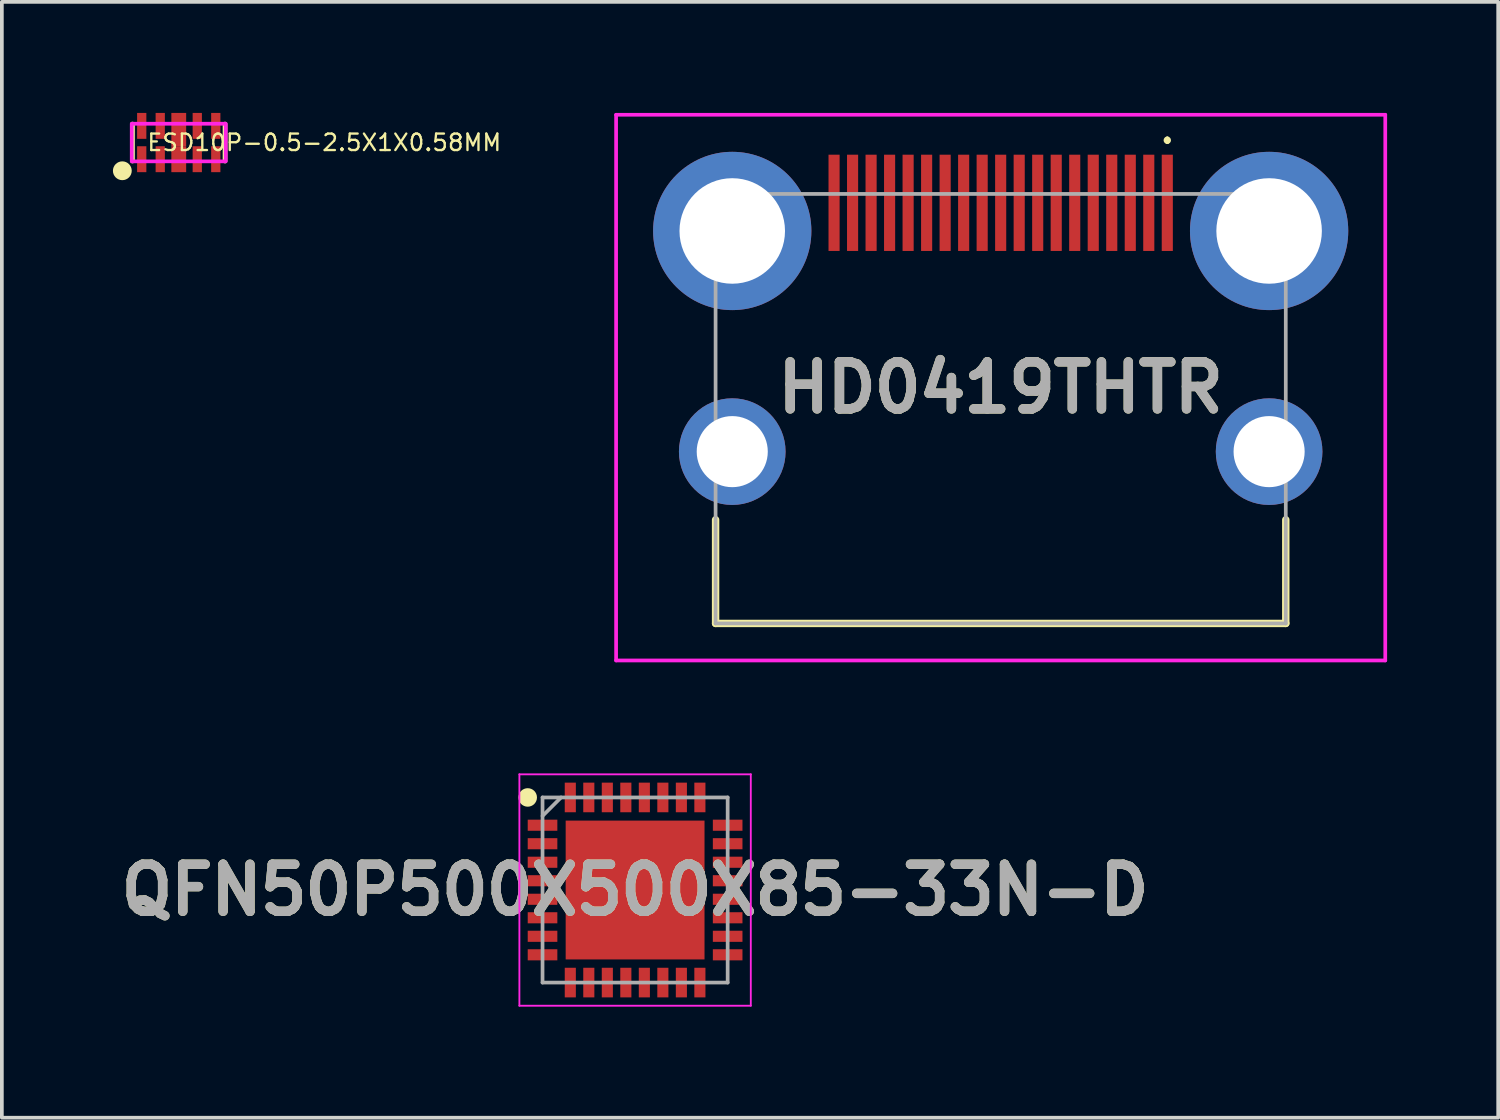
<source format=kicad_pcb>
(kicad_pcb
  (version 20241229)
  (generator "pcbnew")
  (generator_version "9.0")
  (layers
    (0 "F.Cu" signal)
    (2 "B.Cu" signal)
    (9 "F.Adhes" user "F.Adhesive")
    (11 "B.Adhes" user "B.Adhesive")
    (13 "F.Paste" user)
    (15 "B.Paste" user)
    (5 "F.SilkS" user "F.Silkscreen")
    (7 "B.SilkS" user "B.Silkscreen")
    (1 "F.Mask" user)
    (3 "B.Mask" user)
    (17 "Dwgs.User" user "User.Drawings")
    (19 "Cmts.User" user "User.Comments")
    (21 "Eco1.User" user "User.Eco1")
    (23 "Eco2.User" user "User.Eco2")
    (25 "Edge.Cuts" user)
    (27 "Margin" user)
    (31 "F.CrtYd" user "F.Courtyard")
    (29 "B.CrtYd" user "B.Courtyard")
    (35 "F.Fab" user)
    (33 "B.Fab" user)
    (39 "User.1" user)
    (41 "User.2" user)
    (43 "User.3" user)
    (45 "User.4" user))
  (footprint "QFN50P500X500X85-33N-D"
    (layer "F.Cu")
    (at 14.103 20.988)
    (property "Reference" "QFN50P500X500X85-33N-D" (at 0 0 0) (layer "F.SilkS") (effects (font (size 1.27 1.27) (thickness 0.254))))
    (attr smd)
    (fp_circle (center -2.9 -2.5) (end -2.9 -2.375) (stroke (width 0.25) (type solid)) (fill no) (layer "F.SilkS"))
    (fp_line (start -3.125 -3.125) (end 3.125 -3.125) (stroke (width 0.05) (type solid)) (layer "F.CrtYd"))
    (fp_line (start -3.125 3.125) (end -3.125 -3.125) (stroke (width 0.05) (type solid)) (layer "F.CrtYd"))
    (fp_line (start 3.125 -3.125) (end 3.125 3.125) (stroke (width 0.05) (type solid)) (layer "F.CrtYd"))
    (fp_line (start 3.125 3.125) (end -3.125 3.125) (stroke (width 0.05) (type solid)) (layer "F.CrtYd"))
    (fp_line (start -2.5 -2.5) (end 2.5 -2.5) (stroke (width 0.1) (type solid)) (layer "F.Fab"))
    (fp_line (start -2.5 -2) (end -2 -2.5) (stroke (width 0.1) (type solid)) (layer "F.Fab"))
    (fp_line (start -2.5 2.5) (end -2.5 -2.5) (stroke (width 0.1) (type solid)) (layer "F.Fab"))
    (fp_line (start 2.5 -2.5) (end 2.5 2.5) (stroke (width 0.1) (type solid)) (layer "F.Fab"))
    (fp_line (start 2.5 2.5) (end -2.5 2.5) (stroke (width 0.1) (type solid)) (layer "F.Fab"))
    (fp_text user "${REFERENCE}" (at 0 0 0) (layer "F.Fab") (effects (font (size 1.27 1.27) (thickness 0.254))))
    (pad "1" smd rect (at -2.5 -1.75 90) (size 0.3 0.8) (layers "F.Cu" "F.Mask" "F.Paste"))
    (pad "2" smd rect (at -2.5 -1.25 90) (size 0.3 0.8) (layers "F.Cu" "F.Mask" "F.Paste"))
    (pad "3" smd rect (at -2.5 -0.75 90) (size 0.3 0.8) (layers "F.Cu" "F.Mask" "F.Paste"))
    (pad "4" smd rect (at -2.5 -0.25 90) (size 0.3 0.8) (layers "F.Cu" "F.Mask" "F.Paste"))
    (pad "5" smd rect (at -2.5 0.25 90) (size 0.3 0.8) (layers "F.Cu" "F.Mask" "F.Paste"))
    (pad "6" smd rect (at -2.5 0.75 90) (size 0.3 0.8) (layers "F.Cu" "F.Mask" "F.Paste"))
    (pad "7" smd rect (at -2.5 1.25 90) (size 0.3 0.8) (layers "F.Cu" "F.Mask" "F.Paste"))
    (pad "8" smd rect (at -2.5 1.75 90) (size 0.3 0.8) (layers "F.Cu" "F.Mask" "F.Paste"))
    (pad "9" smd rect (at -1.75 2.5) (size 0.3 0.8) (layers "F.Cu" "F.Mask" "F.Paste"))
    (pad "10" smd rect (at -1.25 2.5) (size 0.3 0.8) (layers "F.Cu" "F.Mask" "F.Paste"))
    (pad "11" smd rect (at -0.75 2.5) (size 0.3 0.8) (layers "F.Cu" "F.Mask" "F.Paste"))
    (pad "12" smd rect (at -0.25 2.5) (size 0.3 0.8) (layers "F.Cu" "F.Mask" "F.Paste"))
    (pad "13" smd rect (at 0.25 2.5) (size 0.3 0.8) (layers "F.Cu" "F.Mask" "F.Paste"))
    (pad "14" smd rect (at 0.75 2.5) (size 0.3 0.8) (layers "F.Cu" "F.Mask" "F.Paste"))
    (pad "15" smd rect (at 1.25 2.5) (size 0.3 0.8) (layers "F.Cu" "F.Mask" "F.Paste"))
    (pad "16" smd rect (at 1.75 2.5) (size 0.3 0.8) (layers "F.Cu" "F.Mask" "F.Paste"))
    (pad "17" smd rect (at 2.5 1.75 90) (size 0.3 0.8) (layers "F.Cu" "F.Mask" "F.Paste"))
    (pad "18" smd rect (at 2.5 1.25 90) (size 0.3 0.8) (layers "F.Cu" "F.Mask" "F.Paste"))
    (pad "19" smd rect (at 2.5 0.75 90) (size 0.3 0.8) (layers "F.Cu" "F.Mask" "F.Paste"))
    (pad "20" smd rect (at 2.5 0.25 90) (size 0.3 0.8) (layers "F.Cu" "F.Mask" "F.Paste"))
    (pad "21" smd rect (at 2.5 -0.25 90) (size 0.3 0.8) (layers "F.Cu" "F.Mask" "F.Paste"))
    (pad "22" smd rect (at 2.5 -0.75 90) (size 0.3 0.8) (layers "F.Cu" "F.Mask" "F.Paste"))
    (pad "23" smd rect (at 2.5 -1.25 90) (size 0.3 0.8) (layers "F.Cu" "F.Mask" "F.Paste"))
    (pad "24" smd rect (at 2.5 -1.75 90) (size 0.3 0.8) (layers "F.Cu" "F.Mask" "F.Paste"))
    (pad "25" smd rect (at 1.75 -2.5) (size 0.3 0.8) (layers "F.Cu" "F.Mask" "F.Paste"))
    (pad "26" smd rect (at 1.25 -2.5) (size 0.3 0.8) (layers "F.Cu" "F.Mask" "F.Paste"))
    (pad "27" smd rect (at 0.75 -2.5) (size 0.3 0.8) (layers "F.Cu" "F.Mask" "F.Paste"))
    (pad "28" smd rect (at 0.25 -2.5) (size 0.3 0.8) (layers "F.Cu" "F.Mask" "F.Paste"))
    (pad "29" smd rect (at -0.25 -2.5) (size 0.3 0.8) (layers "F.Cu" "F.Mask" "F.Paste"))
    (pad "30" smd rect (at -0.75 -2.5) (size 0.3 0.8) (layers "F.Cu" "F.Mask" "F.Paste"))
    (pad "31" smd rect (at -1.25 -2.5) (size 0.3 0.8) (layers "F.Cu" "F.Mask" "F.Paste"))
    (pad "32" smd rect (at -1.75 -2.5) (size 0.3 0.8) (layers "F.Cu" "F.Mask" "F.Paste"))
    (pad "33" smd rect (at 0 0) (size 3.75 3.75) (layers "F.Cu" "F.Mask" "F.Paste")))
  (footprint "ESD10P-0.5-2.5X1X0.58MM"
    (layer "F.Cu")
    (at 1.778 0.8)
    (property "Reference" "ESD10P-0.5-2.5X1X0.58MM" (at -0.889 0 0) (layer "F.SilkS") (effects (font (size 0.445 0.445) (thickness 0.063)) (justify left)))
    (fp_line (start -1.25 -0.5) (end -1.25 0.5) (stroke (width 0.127) (type solid)) (layer "F.SilkS"))
    (fp_line (start 1.25 0.5) (end 1.25 -0.5) (stroke (width 0.127) (type solid)) (layer "F.SilkS"))
    (fp_circle (center -1.524 0.762) (end -1.397 0.762) (stroke (width 0.254) (type solid)) (fill yes) (layer "F.SilkS"))
    (fp_poly (pts (xy -1.27 0.508) (xy 1.27 0.508) (xy 1.27 -0.508) (xy -1.27 -0.508)) (stroke (width 0.1) (type solid)) (fill no) (layer "F.CrtYd"))
    (pad "1" smd rect (at -1 0.45 90) (size 0.7 0.25) (layers "F.Cu" "F.Mask" "F.Paste"))
    (pad "2" smd rect (at -0.5 0.45 90) (size 0.7 0.25) (layers "F.Cu" "F.Mask" "F.Paste"))
    (pad "3" smd rect (at 0 0.45 90) (size 0.7 0.4) (layers "F.Cu" "F.Mask" "F.Paste"))
    (pad "4" smd rect (at 0.5 0.45 90) (size 0.7 0.25) (layers "F.Cu" "F.Mask" "F.Paste"))
    (pad "5" smd rect (at 1 0.45 90) (size 0.7 0.25) (layers "F.Cu" "F.Mask" "F.Paste"))
    (pad "6" smd rect (at 1 -0.45 90) (size 0.7 0.25) (layers "F.Cu" "F.Mask" "F.Paste"))
    (pad "7" smd rect (at 0.5 -0.45 90) (size 0.7 0.25) (layers "F.Cu" "F.Mask" "F.Paste"))
    (pad "8" smd rect (at 0 -0.35 90) (size 0.9 0.4) (layers "F.Cu" "F.Mask" "F.Paste"))
    (pad "9" smd rect (at -0.5 -0.45 90) (size 0.7 0.25) (layers "F.Cu" "F.Mask" "F.Paste"))
    (pad "10" smd rect (at -1 -0.45 90) (size 0.7 0.25) (layers "F.Cu" "F.Mask" "F.Paste")))
  (footprint "HD0419THTR"
    (layer "F.Cu")
    (at 23.977 7.988)
    (property "Reference" "HD0419THTR" (at 0 -0.569 0) (layer "F.SilkS") (effects (font (size 1.27 1.27) (thickness 0.254))))
    (attr through_hole)
    (fp_line (start -7.7 3) (end -7.7 5.8) (stroke (width 0.2) (type solid)) (layer "F.SilkS"))
    (fp_line (start -7.7 5.8) (end 7.7 5.8) (stroke (width 0.2) (type solid)) (layer "F.SilkS"))
    (fp_line (start 4.5 -7.3) (end 4.5 -7.3) (stroke (width 0.1) (type solid)) (layer "F.SilkS"))
    (fp_line (start 4.5 -7.2) (end 4.5 -7.2) (stroke (width 0.1) (type solid)) (layer "F.SilkS"))
    (fp_line (start 7.7 5.8) (end 7.7 3) (stroke (width 0.2) (type solid)) (layer "F.SilkS"))
    (fp_arc (start 4.5 -7.3) (mid 4.55 -7.25) (end 4.5 -7.2) (stroke (width 0.1) (type solid)) (layer "F.SilkS"))
    (fp_arc (start 4.5 -7.2) (mid 4.45 -7.25) (end 4.5 -7.3) (stroke (width 0.1) (type solid)) (layer "F.SilkS"))
    (fp_line (start -10.387 -7.938) (end 10.387 -7.938) (stroke (width 0.1) (type solid)) (layer "F.CrtYd"))
    (fp_line (start -10.387 6.8) (end -10.387 -7.938) (stroke (width 0.1) (type solid)) (layer "F.CrtYd"))
    (fp_line (start 10.387 -7.938) (end 10.387 6.8) (stroke (width 0.1) (type solid)) (layer "F.CrtYd"))
    (fp_line (start 10.387 6.8) (end -10.387 6.8) (stroke (width 0.1) (type solid)) (layer "F.CrtYd"))
    (fp_line (start -7.7 -5.8) (end 7.7 -5.8) (stroke (width 0.1) (type solid)) (layer "F.Fab"))
    (fp_line (start -7.7 5.8) (end -7.7 -5.8) (stroke (width 0.1) (type solid)) (layer "F.Fab"))
    (fp_line (start 7.7 -5.8) (end 7.7 5.8) (stroke (width 0.1) (type solid)) (layer "F.Fab"))
    (fp_line (start 7.7 5.8) (end -7.7 5.8) (stroke (width 0.1) (type solid)) (layer "F.Fab"))
    (fp_text user "${REFERENCE}" (at 0 -0.569 0) (layer "F.Fab") (effects (font (size 1.27 1.27) (thickness 0.254))))
    (pad "1" smd rect (at 4.5 -5.56) (size 0.3 2.6) (layers "F.Cu" "F.Mask" "F.Paste"))
    (pad "2" smd rect (at 4 -5.56) (size 0.3 2.6) (layers "F.Cu" "F.Mask" "F.Paste"))
    (pad "3" smd rect (at 3.5 -5.56) (size 0.3 2.6) (layers "F.Cu" "F.Mask" "F.Paste"))
    (pad "4" smd rect (at 3 -5.56) (size 0.3 2.6) (layers "F.Cu" "F.Mask" "F.Paste"))
    (pad "5" smd rect (at 2.5 -5.56) (size 0.3 2.6) (layers "F.Cu" "F.Mask" "F.Paste"))
    (pad "6" smd rect (at 2 -5.56) (size 0.3 2.6) (layers "F.Cu" "F.Mask" "F.Paste"))
    (pad "7" smd rect (at 1.5 -5.56) (size 0.3 2.6) (layers "F.Cu" "F.Mask" "F.Paste"))
    (pad "8" smd rect (at 1 -5.56) (size 0.3 2.6) (layers "F.Cu" "F.Mask" "F.Paste"))
    (pad "9" smd rect (at 0.5 -5.56) (size 0.3 2.6) (layers "F.Cu" "F.Mask" "F.Paste"))
    (pad "10" smd rect (at 0 -5.56) (size 0.3 2.6) (layers "F.Cu" "F.Mask" "F.Paste"))
    (pad "11" smd rect (at -0.5 -5.56) (size 0.3 2.6) (layers "F.Cu" "F.Mask" "F.Paste"))
    (pad "12" smd rect (at -1 -5.56) (size 0.3 2.6) (layers "F.Cu" "F.Mask" "F.Paste"))
    (pad "13" smd rect (at -1.5 -5.56) (size 0.3 2.6) (layers "F.Cu" "F.Mask" "F.Paste"))
    (pad "14" smd rect (at -2 -5.56) (size 0.3 2.6) (layers "F.Cu" "F.Mask" "F.Paste"))
    (pad "15" smd rect (at -2.5 -5.56) (size 0.3 2.6) (layers "F.Cu" "F.Mask" "F.Paste"))
    (pad "16" smd rect (at -3 -5.56) (size 0.3 2.6) (layers "F.Cu" "F.Mask" "F.Paste"))
    (pad "17" smd rect (at -3.5 -5.56) (size 0.3 2.6) (layers "F.Cu" "F.Mask" "F.Paste"))
    (pad "18" smd rect (at -4 -5.56) (size 0.3 2.6) (layers "F.Cu" "F.Mask" "F.Paste"))
    (pad "19" smd rect (at -4.5 -5.56) (size 0.3 2.6) (layers "F.Cu" "F.Mask" "F.Paste"))
    (pad "MH1" thru_hole circle (at 7.25 -4.8) (size 4.275 4.275) (drill 2.85) (layers "*.Cu" "*.Mask"))
    (pad "MH2" thru_hole circle (at -7.25 -4.8) (size 4.275 4.275) (drill 2.85) (layers "*.Cu" "*.Mask"))
    (pad "MH3" thru_hole circle (at 7.25 1.16) (size 2.88 2.88) (drill 1.92) (layers "*.Cu" "*.Mask"))
    (pad "MH4" thru_hole circle (at -7.25 1.16) (size 2.88 2.88) (drill 1.92) (layers "*.Cu" "*.Mask")))
  (gr_rect
    (start -3 -3)
    (end 37.414 27.138)
    (stroke (width 0.1) (type default))
    (fill no)
    (layer "Edge.Cuts")))
</source>
